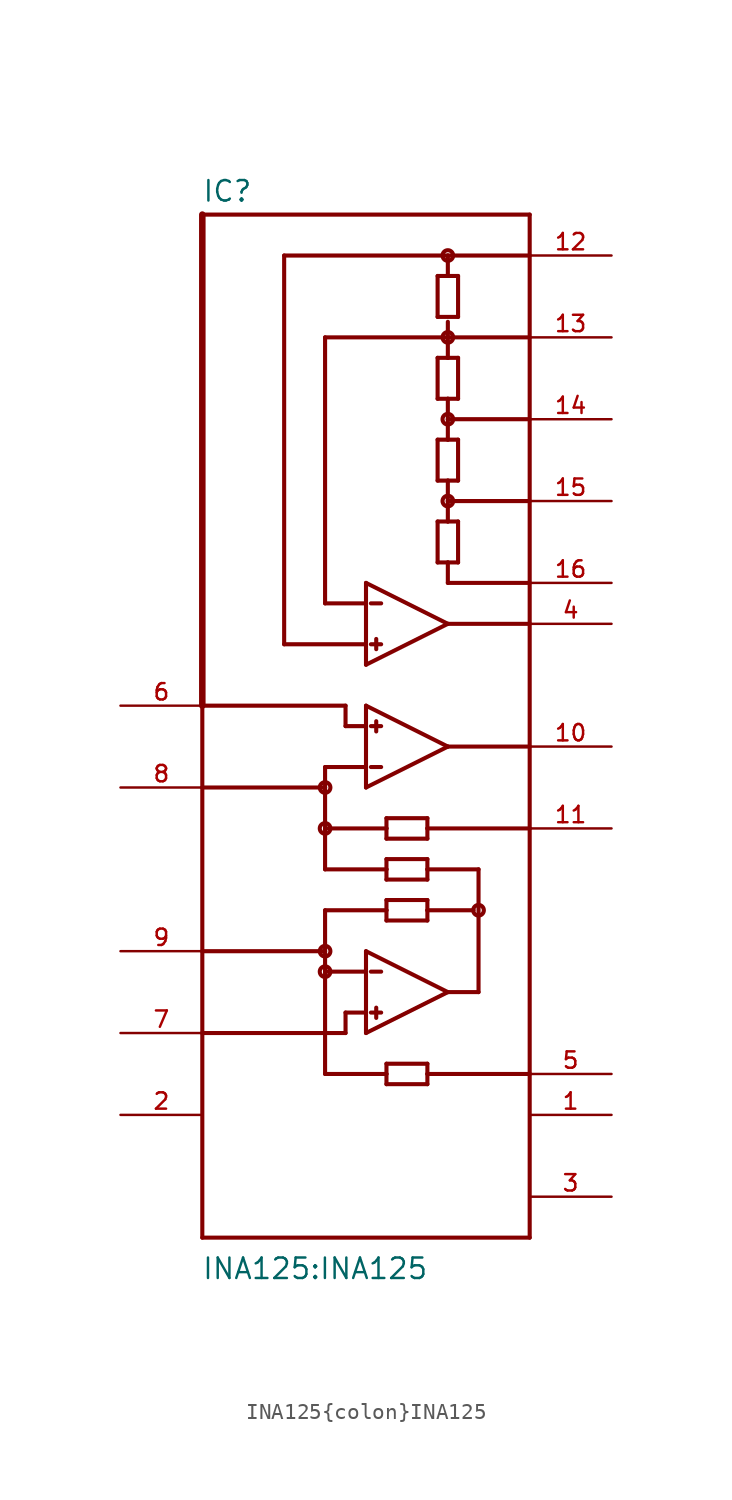
<source format=kicad_sym>
(kicad_symbol_lib
  (version 20211014)
  (generator kicad_symbol_editor)
  (symbol "INA125{colon}INA125"
    (pin_names
      (offset 1.016) hide)
    (property "Reference" "IC"
      (at -12.725 28.651 0)
      (effects (font (size 1.27 1.27)) (justify left bottom)))
    (property "Value" "INA125{colon}INA125"
      (at -12.751 -38.227 0)
      (effects (font (size 1.27 1.27)) (justify left bottom)))
    (property "ki_locked" ""
      (at 0 0 0)
      (effects (font (size 1.27 1.27))))
    (symbol "INA125{colon}INA125_0_0"
      (circle (center -5.08 -19.05) (radius 0.33) (stroke (width 0.254) (type default) (color 0 0 0 0)) (fill (type none)))
      (circle (center -5.08 -17.78) (radius 0.33) (stroke (width 0.254) (type default) (color 0 0 0 0)) (fill (type none)))
      (circle (center -5.08 -10.16) (radius 0.33) (stroke (width 0.254) (type default) (color 0 0 0 0)) (fill (type none)))
      (circle (center -5.08 -7.62) (radius 0.33) (stroke (width 0.254) (type default) (color 0 0 0 0)) (fill (type none)))
      (polyline (pts (xy -12.7 -35.56) (xy 7.62 -35.56)) (stroke (width 0.254) (type default) (color 0 0 0 0)) (fill (type none)))
      (polyline (pts (xy -12.7 -22.86) (xy -12.7 -35.56)) (stroke (width 0.254) (type default) (color 0 0 0 0)) (fill (type none)))
      (polyline (pts (xy -12.7 -17.78) (xy -12.7 -22.86)) (stroke (width 0.254) (type default) (color 0 0 0 0)) (fill (type none)))
      (polyline (pts (xy -12.7 -17.78) (xy -5.08 -17.78)) (stroke (width 0.254) (type default) (color 0 0 0 0)) (fill (type none)))
      (polyline (pts (xy -12.7 -7.62) (xy -12.7 -17.78)) (stroke (width 0.254) (type default) (color 0 0 0 0)) (fill (type none)))
      (polyline (pts (xy -12.7 -7.62) (xy -5.08 -7.62)) (stroke (width 0.254) (type default) (color 0 0 0 0)) (fill (type none)))
      (polyline (pts (xy -12.7 -2.54) (xy -12.7 -7.62)) (stroke (width 0.254) (type default) (color 0 0 0 0)) (fill (type none)))
      (polyline (pts (xy -12.7 -2.54) (xy -3.81 -2.54)) (stroke (width 0.254) (type default) (color 0 0 0 0)) (fill (type none)))
      (polyline (pts (xy -12.7 27.94) (xy -12.7 -2.54)) (stroke (width 0.406) (type default) (color 0 0 0 0)) (fill (type none)))
      (polyline (pts (xy -7.62 1.27) (xy -7.62 25.4)) (stroke (width 0.254) (type default) (color 0 0 0 0)) (fill (type none)))
      (polyline (pts (xy -7.62 25.4) (xy 2.54 25.4)) (stroke (width 0.254) (type default) (color 0 0 0 0)) (fill (type none)))
      (polyline (pts (xy -5.08 -25.4) (xy -1.27 -25.4)) (stroke (width 0.254) (type default) (color 0 0 0 0)) (fill (type none)))
      (polyline (pts (xy -5.08 -19.05) (xy -5.08 -25.4)) (stroke (width 0.254) (type default) (color 0 0 0 0)) (fill (type none)))
      (polyline (pts (xy -5.08 -19.05) (xy -5.08 -17.78)) (stroke (width 0.254) (type default) (color 0 0 0 0)) (fill (type none)))
      (polyline (pts (xy -5.08 -15.24) (xy -5.08 -17.78)) (stroke (width 0.254) (type default) (color 0 0 0 0)) (fill (type none)))
      (polyline (pts (xy -5.08 -12.7) (xy -1.27 -12.7)) (stroke (width 0.254) (type default) (color 0 0 0 0)) (fill (type none)))
      (polyline (pts (xy -5.08 -10.16) (xy -5.08 -12.7)) (stroke (width 0.254) (type default) (color 0 0 0 0)) (fill (type none)))
      (polyline (pts (xy -5.08 -10.16) (xy -1.27 -10.16)) (stroke (width 0.254) (type default) (color 0 0 0 0)) (fill (type none)))
      (polyline (pts (xy -5.08 -7.62) (xy -5.08 -10.16)) (stroke (width 0.254) (type default) (color 0 0 0 0)) (fill (type none)))
      (polyline (pts (xy -5.08 -6.35) (xy -5.08 -7.62)) (stroke (width 0.254) (type default) (color 0 0 0 0)) (fill (type none)))
      (polyline (pts (xy -5.08 20.32) (xy -5.08 3.81)) (stroke (width 0.254) (type default) (color 0 0 0 0)) (fill (type none)))
      (polyline (pts (xy -3.81 -22.86) (xy -12.7 -22.86)) (stroke (width 0.254) (type default) (color 0 0 0 0)) (fill (type none)))
      (polyline (pts (xy -3.81 -21.59) (xy -3.81 -22.86)) (stroke (width 0.254) (type default) (color 0 0 0 0)) (fill (type none)))
      (polyline (pts (xy -3.81 -2.54) (xy -3.81 -3.81)) (stroke (width 0.254) (type default) (color 0 0 0 0)) (fill (type none)))
      (polyline (pts (xy -2.54 -22.86) (xy -2.54 -21.59)) (stroke (width 0.254) (type default) (color 0 0 0 0)) (fill (type none)))
      (polyline (pts (xy -2.54 -21.59) (xy -3.81 -21.59)) (stroke (width 0.254) (type default) (color 0 0 0 0)) (fill (type none)))
      (polyline (pts (xy -2.54 -21.59) (xy -2.54 -19.05)) (stroke (width 0.254) (type default) (color 0 0 0 0)) (fill (type none)))
      (polyline (pts (xy -2.54 -19.05) (xy -5.08 -19.05)) (stroke (width 0.254) (type default) (color 0 0 0 0)) (fill (type none)))
      (polyline (pts (xy -2.54 -19.05) (xy -2.54 -17.78)) (stroke (width 0.254) (type default) (color 0 0 0 0)) (fill (type none)))
      (polyline (pts (xy -2.54 -17.78) (xy 2.54 -20.32)) (stroke (width 0.254) (type default) (color 0 0 0 0)) (fill (type none)))
      (polyline (pts (xy -2.54 -7.62) (xy -2.54 -6.35)) (stroke (width 0.254) (type default) (color 0 0 0 0)) (fill (type none)))
      (polyline (pts (xy -2.54 -6.35) (xy -5.08 -6.35)) (stroke (width 0.254) (type default) (color 0 0 0 0)) (fill (type none)))
      (polyline (pts (xy -2.54 -6.35) (xy -2.54 -3.81)) (stroke (width 0.254) (type default) (color 0 0 0 0)) (fill (type none)))
      (polyline (pts (xy -2.54 -3.81) (xy -3.81 -3.81)) (stroke (width 0.254) (type default) (color 0 0 0 0)) (fill (type none)))
      (polyline (pts (xy -2.54 -3.81) (xy -2.54 -2.54)) (stroke (width 0.254) (type default) (color 0 0 0 0)) (fill (type none)))
      (polyline (pts (xy -2.54 -2.54) (xy 2.54 -5.08)) (stroke (width 0.254) (type default) (color 0 0 0 0)) (fill (type none)))
      (polyline (pts (xy -2.54 0) (xy 2.54 2.54)) (stroke (width 0.254) (type default) (color 0 0 0 0)) (fill (type none)))
      (polyline (pts (xy -2.54 1.27) (xy -7.62 1.27)) (stroke (width 0.254) (type default) (color 0 0 0 0)) (fill (type none)))
      (polyline (pts (xy -2.54 1.27) (xy -2.54 0)) (stroke (width 0.254) (type default) (color 0 0 0 0)) (fill (type none)))
      (polyline (pts (xy -2.54 3.81) (xy -5.08 3.81)) (stroke (width 0.254) (type default) (color 0 0 0 0)) (fill (type none)))
      (polyline (pts (xy -2.54 3.81) (xy -2.54 1.27)) (stroke (width 0.254) (type default) (color 0 0 0 0)) (fill (type none)))
      (polyline (pts (xy -2.54 5.08) (xy -2.54 3.81)) (stroke (width 0.254) (type default) (color 0 0 0 0)) (fill (type none)))
      (polyline (pts (xy -2.235 -21.59) (xy -1.6 -21.59)) (stroke (width 0.254) (type default) (color 0 0 0 0)) (fill (type none)))
      (polyline (pts (xy -2.235 -19.05) (xy -1.6 -19.05)) (stroke (width 0.254) (type default) (color 0 0 0 0)) (fill (type none)))
      (polyline (pts (xy -2.235 -6.35) (xy -1.6 -6.35)) (stroke (width 0.254) (type default) (color 0 0 0 0)) (fill (type none)))
      (polyline (pts (xy -2.235 -3.81) (xy -1.6 -3.81)) (stroke (width 0.254) (type default) (color 0 0 0 0)) (fill (type none)))
      (polyline (pts (xy -2.235 1.27) (xy -1.6 1.27)) (stroke (width 0.254) (type default) (color 0 0 0 0)) (fill (type none)))
      (polyline (pts (xy -2.235 3.81) (xy -1.6 3.81)) (stroke (width 0.254) (type default) (color 0 0 0 0)) (fill (type none)))
      (polyline (pts (xy -1.905 -21.285) (xy -1.905 -21.92)) (stroke (width 0.254) (type default) (color 0 0 0 0)) (fill (type none)))
      (polyline (pts (xy -1.905 -3.505) (xy -1.905 -4.14)) (stroke (width 0.254) (type default) (color 0 0 0 0)) (fill (type none)))
      (polyline (pts (xy -1.905 0.965) (xy -1.905 1.6)) (stroke (width 0.254) (type default) (color 0 0 0 0)) (fill (type none)))
      (polyline (pts (xy -1.27 -26.035) (xy -1.27 -25.4)) (stroke (width 0.254) (type default) (color 0 0 0 0)) (fill (type none)))
      (polyline (pts (xy -1.27 -25.4) (xy -1.27 -24.765)) (stroke (width 0.254) (type default) (color 0 0 0 0)) (fill (type none)))
      (polyline (pts (xy -1.27 -24.765) (xy 1.27 -24.765)) (stroke (width 0.254) (type default) (color 0 0 0 0)) (fill (type none)))
      (polyline (pts (xy -1.27 -15.875) (xy 1.27 -15.875)) (stroke (width 0.254) (type default) (color 0 0 0 0)) (fill (type none)))
      (polyline (pts (xy -1.27 -15.24) (xy -5.08 -15.24)) (stroke (width 0.254) (type default) (color 0 0 0 0)) (fill (type none)))
      (polyline (pts (xy -1.27 -15.24) (xy -1.27 -15.875)) (stroke (width 0.254) (type default) (color 0 0 0 0)) (fill (type none)))
      (polyline (pts (xy -1.27 -14.605) (xy -1.27 -15.24)) (stroke (width 0.254) (type default) (color 0 0 0 0)) (fill (type none)))
      (polyline (pts (xy -1.27 -13.335) (xy -1.27 -12.7)) (stroke (width 0.254) (type default) (color 0 0 0 0)) (fill (type none)))
      (polyline (pts (xy -1.27 -12.7) (xy -1.27 -12.065)) (stroke (width 0.254) (type default) (color 0 0 0 0)) (fill (type none)))
      (polyline (pts (xy -1.27 -12.065) (xy 1.27 -12.065)) (stroke (width 0.254) (type default) (color 0 0 0 0)) (fill (type none)))
      (polyline (pts (xy -1.27 -10.795) (xy 1.27 -10.795)) (stroke (width 0.254) (type default) (color 0 0 0 0)) (fill (type none)))
      (polyline (pts (xy -1.27 -10.16) (xy -1.27 -10.795)) (stroke (width 0.254) (type default) (color 0 0 0 0)) (fill (type none)))
      (polyline (pts (xy -1.27 -9.525) (xy -1.27 -10.16)) (stroke (width 0.254) (type default) (color 0 0 0 0)) (fill (type none)))
      (polyline (pts (xy 1.27 -26.035) (xy -1.27 -26.035)) (stroke (width 0.254) (type default) (color 0 0 0 0)) (fill (type none)))
      (polyline (pts (xy 1.27 -25.4) (xy 1.27 -26.035)) (stroke (width 0.254) (type default) (color 0 0 0 0)) (fill (type none)))
      (polyline (pts (xy 1.27 -25.4) (xy 7.62 -25.4)) (stroke (width 0.254) (type default) (color 0 0 0 0)) (fill (type none)))
      (polyline (pts (xy 1.27 -24.765) (xy 1.27 -25.4)) (stroke (width 0.254) (type default) (color 0 0 0 0)) (fill (type none)))
      (polyline (pts (xy 1.27 -15.875) (xy 1.27 -15.24)) (stroke (width 0.254) (type default) (color 0 0 0 0)) (fill (type none)))
      (polyline (pts (xy 1.27 -15.24) (xy 1.27 -14.605)) (stroke (width 0.254) (type default) (color 0 0 0 0)) (fill (type none)))
      (polyline (pts (xy 1.27 -15.24) (xy 4.14 -15.24)) (stroke (width 0.254) (type default) (color 0 0 0 0)) (fill (type none)))
      (polyline (pts (xy 1.27 -14.605) (xy -1.27 -14.605)) (stroke (width 0.254) (type default) (color 0 0 0 0)) (fill (type none)))
      (polyline (pts (xy 1.27 -13.335) (xy -1.27 -13.335)) (stroke (width 0.254) (type default) (color 0 0 0 0)) (fill (type none)))
      (polyline (pts (xy 1.27 -12.7) (xy 1.27 -13.335)) (stroke (width 0.254) (type default) (color 0 0 0 0)) (fill (type none)))
      (polyline (pts (xy 1.27 -12.7) (xy 4.445 -12.7)) (stroke (width 0.254) (type default) (color 0 0 0 0)) (fill (type none)))
      (polyline (pts (xy 1.27 -12.065) (xy 1.27 -12.7)) (stroke (width 0.254) (type default) (color 0 0 0 0)) (fill (type none)))
      (polyline (pts (xy 1.27 -10.795) (xy 1.27 -10.16)) (stroke (width 0.254) (type default) (color 0 0 0 0)) (fill (type none)))
      (polyline (pts (xy 1.27 -10.16) (xy 1.27 -9.525)) (stroke (width 0.254) (type default) (color 0 0 0 0)) (fill (type none)))
      (polyline (pts (xy 1.27 -10.16) (xy 7.62 -10.16)) (stroke (width 0.254) (type default) (color 0 0 0 0)) (fill (type none)))
      (polyline (pts (xy 1.27 -9.525) (xy -1.27 -9.525)) (stroke (width 0.254) (type default) (color 0 0 0 0)) (fill (type none)))
      (polyline (pts (xy 1.905 6.35) (xy 1.905 8.89)) (stroke (width 0.254) (type default) (color 0 0 0 0)) (fill (type none)))
      (polyline (pts (xy 1.905 8.89) (xy 2.54 8.89)) (stroke (width 0.254) (type default) (color 0 0 0 0)) (fill (type none)))
      (polyline (pts (xy 1.905 11.43) (xy 1.905 13.97)) (stroke (width 0.254) (type default) (color 0 0 0 0)) (fill (type none)))
      (polyline (pts (xy 1.905 13.97) (xy 2.54 13.97)) (stroke (width 0.254) (type default) (color 0 0 0 0)) (fill (type none)))
      (polyline (pts (xy 1.905 16.51) (xy 1.905 19.05)) (stroke (width 0.254) (type default) (color 0 0 0 0)) (fill (type none)))
      (polyline (pts (xy 1.905 19.05) (xy 2.54 19.05)) (stroke (width 0.254) (type default) (color 0 0 0 0)) (fill (type none)))
      (polyline (pts (xy 1.905 21.59) (xy 1.905 24.13)) (stroke (width 0.254) (type default) (color 0 0 0 0)) (fill (type none)))
      (polyline (pts (xy 1.905 24.13) (xy 2.54 24.13)) (stroke (width 0.254) (type default) (color 0 0 0 0)) (fill (type none)))
      (polyline (pts (xy 2.54 -20.32) (xy -2.54 -22.86)) (stroke (width 0.254) (type default) (color 0 0 0 0)) (fill (type none)))
      (polyline (pts (xy 2.54 -20.32) (xy 4.445 -20.32)) (stroke (width 0.254) (type default) (color 0 0 0 0)) (fill (type none)))
      (polyline (pts (xy 2.54 -5.08) (xy -2.54 -7.62)) (stroke (width 0.254) (type default) (color 0 0 0 0)) (fill (type none)))
      (polyline (pts (xy 2.54 -5.08) (xy 7.62 -5.08)) (stroke (width 0.254) (type default) (color 0 0 0 0)) (fill (type none)))
      (polyline (pts (xy 2.54 2.54) (xy -2.54 5.08)) (stroke (width 0.254) (type default) (color 0 0 0 0)) (fill (type none)))
      (polyline (pts (xy 2.54 2.54) (xy 7.62 2.54)) (stroke (width 0.254) (type default) (color 0 0 0 0)) (fill (type none)))
      (polyline (pts (xy 2.54 5.08) (xy 2.54 6.35)) (stroke (width 0.254) (type default) (color 0 0 0 0)) (fill (type none)))
      (polyline (pts (xy 2.54 5.08) (xy 7.62 5.08)) (stroke (width 0.254) (type default) (color 0 0 0 0)) (fill (type none)))
      (polyline (pts (xy 2.54 6.35) (xy 1.905 6.35)) (stroke (width 0.254) (type default) (color 0 0 0 0)) (fill (type none)))
      (polyline (pts (xy 2.54 8.89) (xy 3.175 8.89)) (stroke (width 0.254) (type default) (color 0 0 0 0)) (fill (type none)))
      (polyline (pts (xy 2.54 10.16) (xy 2.54 8.89)) (stroke (width 0.254) (type default) (color 0 0 0 0)) (fill (type none)))
      (polyline (pts (xy 2.54 10.16) (xy 7.62 10.16)) (stroke (width 0.254) (type default) (color 0 0 0 0)) (fill (type none)))
      (polyline (pts (xy 2.54 11.43) (xy 1.905 11.43)) (stroke (width 0.254) (type default) (color 0 0 0 0)) (fill (type none)))
      (polyline (pts (xy 2.54 11.43) (xy 2.54 10.16)) (stroke (width 0.254) (type default) (color 0 0 0 0)) (fill (type none)))
      (polyline (pts (xy 2.54 13.97) (xy 3.175 13.97)) (stroke (width 0.254) (type default) (color 0 0 0 0)) (fill (type none)))
      (polyline (pts (xy 2.54 15.24) (xy 2.54 13.97)) (stroke (width 0.254) (type default) (color 0 0 0 0)) (fill (type none)))
      (polyline (pts (xy 2.54 15.24) (xy 7.62 15.24)) (stroke (width 0.254) (type default) (color 0 0 0 0)) (fill (type none)))
      (polyline (pts (xy 2.54 16.51) (xy 1.905 16.51)) (stroke (width 0.254) (type default) (color 0 0 0 0)) (fill (type none)))
      (polyline (pts (xy 2.54 16.51) (xy 2.54 15.24)) (stroke (width 0.254) (type default) (color 0 0 0 0)) (fill (type none)))
      (polyline (pts (xy 2.54 19.05) (xy 3.175 19.05)) (stroke (width 0.254) (type default) (color 0 0 0 0)) (fill (type none)))
      (polyline (pts (xy 2.54 20.32) (xy -5.08 20.32)) (stroke (width 0.254) (type default) (color 0 0 0 0)) (fill (type none)))
      (polyline (pts (xy 2.54 20.32) (xy 2.54 19.05)) (stroke (width 0.254) (type default) (color 0 0 0 0)) (fill (type none)))
      (polyline (pts (xy 2.54 20.32) (xy 7.62 20.32)) (stroke (width 0.254) (type default) (color 0 0 0 0)) (fill (type none)))
      (polyline (pts (xy 2.54 21.285) (xy 2.54 20.32)) (stroke (width 0.254) (type default) (color 0 0 0 0)) (fill (type none)))
      (polyline (pts (xy 2.54 24.13) (xy 3.175 24.13)) (stroke (width 0.254) (type default) (color 0 0 0 0)) (fill (type none)))
      (polyline (pts (xy 2.54 25.4) (xy 2.54 24.13)) (stroke (width 0.254) (type default) (color 0 0 0 0)) (fill (type none)))
      (polyline (pts (xy 2.54 25.4) (xy 7.62 25.4)) (stroke (width 0.254) (type default) (color 0 0 0 0)) (fill (type none)))
      (polyline (pts (xy 3.175 6.35) (xy 2.54 6.35)) (stroke (width 0.254) (type default) (color 0 0 0 0)) (fill (type none)))
      (polyline (pts (xy 3.175 8.89) (xy 3.175 6.35)) (stroke (width 0.254) (type default) (color 0 0 0 0)) (fill (type none)))
      (polyline (pts (xy 3.175 11.43) (xy 2.54 11.43)) (stroke (width 0.254) (type default) (color 0 0 0 0)) (fill (type none)))
      (polyline (pts (xy 3.175 13.97) (xy 3.175 11.43)) (stroke (width 0.254) (type default) (color 0 0 0 0)) (fill (type none)))
      (polyline (pts (xy 3.175 16.51) (xy 2.54 16.51)) (stroke (width 0.254) (type default) (color 0 0 0 0)) (fill (type none)))
      (polyline (pts (xy 3.175 19.05) (xy 3.175 16.51)) (stroke (width 0.254) (type default) (color 0 0 0 0)) (fill (type none)))
      (polyline (pts (xy 3.175 21.59) (xy 1.905 21.59)) (stroke (width 0.254) (type default) (color 0 0 0 0)) (fill (type none)))
      (polyline (pts (xy 3.175 24.13) (xy 3.175 21.59)) (stroke (width 0.254) (type default) (color 0 0 0 0)) (fill (type none)))
      (polyline (pts (xy 4.445 -12.7) (xy 4.445 -20.32)) (stroke (width 0.254) (type default) (color 0 0 0 0)) (fill (type none)))
      (polyline (pts (xy 7.62 -35.56) (xy 7.62 -25.4)) (stroke (width 0.254) (type default) (color 0 0 0 0)) (fill (type none)))
      (polyline (pts (xy 7.62 -25.4) (xy 7.62 -10.16)) (stroke (width 0.254) (type default) (color 0 0 0 0)) (fill (type none)))
      (polyline (pts (xy 7.62 -10.16) (xy 7.62 27.94)) (stroke (width 0.254) (type default) (color 0 0 0 0)) (fill (type none)))
      (polyline (pts (xy 7.62 27.94) (xy -12.7 27.94)) (stroke (width 0.254) (type default) (color 0 0 0 0)) (fill (type none)))
      (circle (center 2.54 10.16) (radius 0.33) (stroke (width 0.254) (type default) (color 0 0 0 0)) (fill (type none)))
      (circle (center 2.54 15.24) (radius 0.33) (stroke (width 0.254) (type default) (color 0 0 0 0)) (fill (type none)))
      (circle (center 2.54 20.32) (radius 0.33) (stroke (width 0.254) (type default) (color 0 0 0 0)) (fill (type none)))
      (circle (center 2.54 25.4) (radius 0.33) (stroke (width 0.254) (type default) (color 0 0 0 0)) (fill (type none)))
      (circle (center 4.445 -15.24) (radius 0.33) (stroke (width 0.254) (type default) (color 0 0 0 0)) (fill (type none)))
      (pin power_in line (at 12.7 -27.94 180) (length 5.08) (name "V+" (effects (font (size 1.016 1.016)))) (number "1" (effects (font (size 1.016 1.016)))))
      (pin output line (at 12.7 -5.08 180) (length 5.08) (name "OUT" (effects (font (size 1.016 1.016)))) (number "10" (effects (font (size 1.016 1.016)))))
      (pin passive line (at 12.7 -10.16 180) (length 5.08) (name "SENSE" (effects (font (size 1.016 1.016)))) (number "11" (effects (font (size 1.016 1.016)))))
      (pin passive line (at 12.7 25.4 180) (length 5.08) (name "REFCOM" (effects (font (size 1.016 1.016)))) (number "12" (effects (font (size 1.016 1.016)))))
      (pin output line (at 12.7 20.32 180) (length 5.08) (name "REFBG" (effects (font (size 1.016 1.016)))) (number "13" (effects (font (size 1.016 1.016)))))
      (pin output line (at 12.7 15.24 180) (length 5.08) (name "REF2.5" (effects (font (size 1.016 1.016)))) (number "14" (effects (font (size 1.016 1.016)))))
      (pin output line (at 12.7 10.16 180) (length 5.08) (name "REF5" (effects (font (size 1.016 1.016)))) (number "15" (effects (font (size 1.016 1.016)))))
      (pin output line (at 12.7 5.08 180) (length 5.08) (name "REF10" (effects (font (size 1.016 1.016)))) (number "16" (effects (font (size 1.016 1.016)))))
      (pin input line (at -17.78 -27.94 0) (length 5.08) (name "~{SLEEP}" (effects (font (size 1.016 1.016)))) (number "2" (effects (font (size 1.016 1.016)))))
      (pin power_in line (at 12.7 -33.02 180) (length 5.08) (name "V-" (effects (font (size 1.016 1.016)))) (number "3" (effects (font (size 1.016 1.016)))))
      (pin output line (at 12.7 2.54 180) (length 5.08) (name "REFOUT" (effects (font (size 1.016 1.016)))) (number "4" (effects (font (size 1.016 1.016)))))
      (pin passive line (at 12.7 -25.4 180) (length 5.08) (name "REF" (effects (font (size 1.016 1.016)))) (number "5" (effects (font (size 1.016 1.016)))))
      (pin input line (at -17.78 -2.54 0) (length 5.08) (name "+IN" (effects (font (size 1.016 1.016)))) (number "6" (effects (font (size 1.016 1.016)))))
      (pin input line (at -17.78 -22.86 0) (length 5.08) (name "-IN" (effects (font (size 1.016 1.016)))) (number "7" (effects (font (size 1.016 1.016)))))
      (pin passive line (at -17.78 -7.62 0) (length 5.08) (name "RG" (effects (font (size 1.016 1.016)))) (number "8" (effects (font (size 1.016 1.016)))))
      (pin passive line (at -17.78 -17.78 0) (length 5.08) (name "RG@1" (effects (font (size 1.016 1.016)))) (number "9" (effects (font (size 1.016 1.016))))))))
</source>
